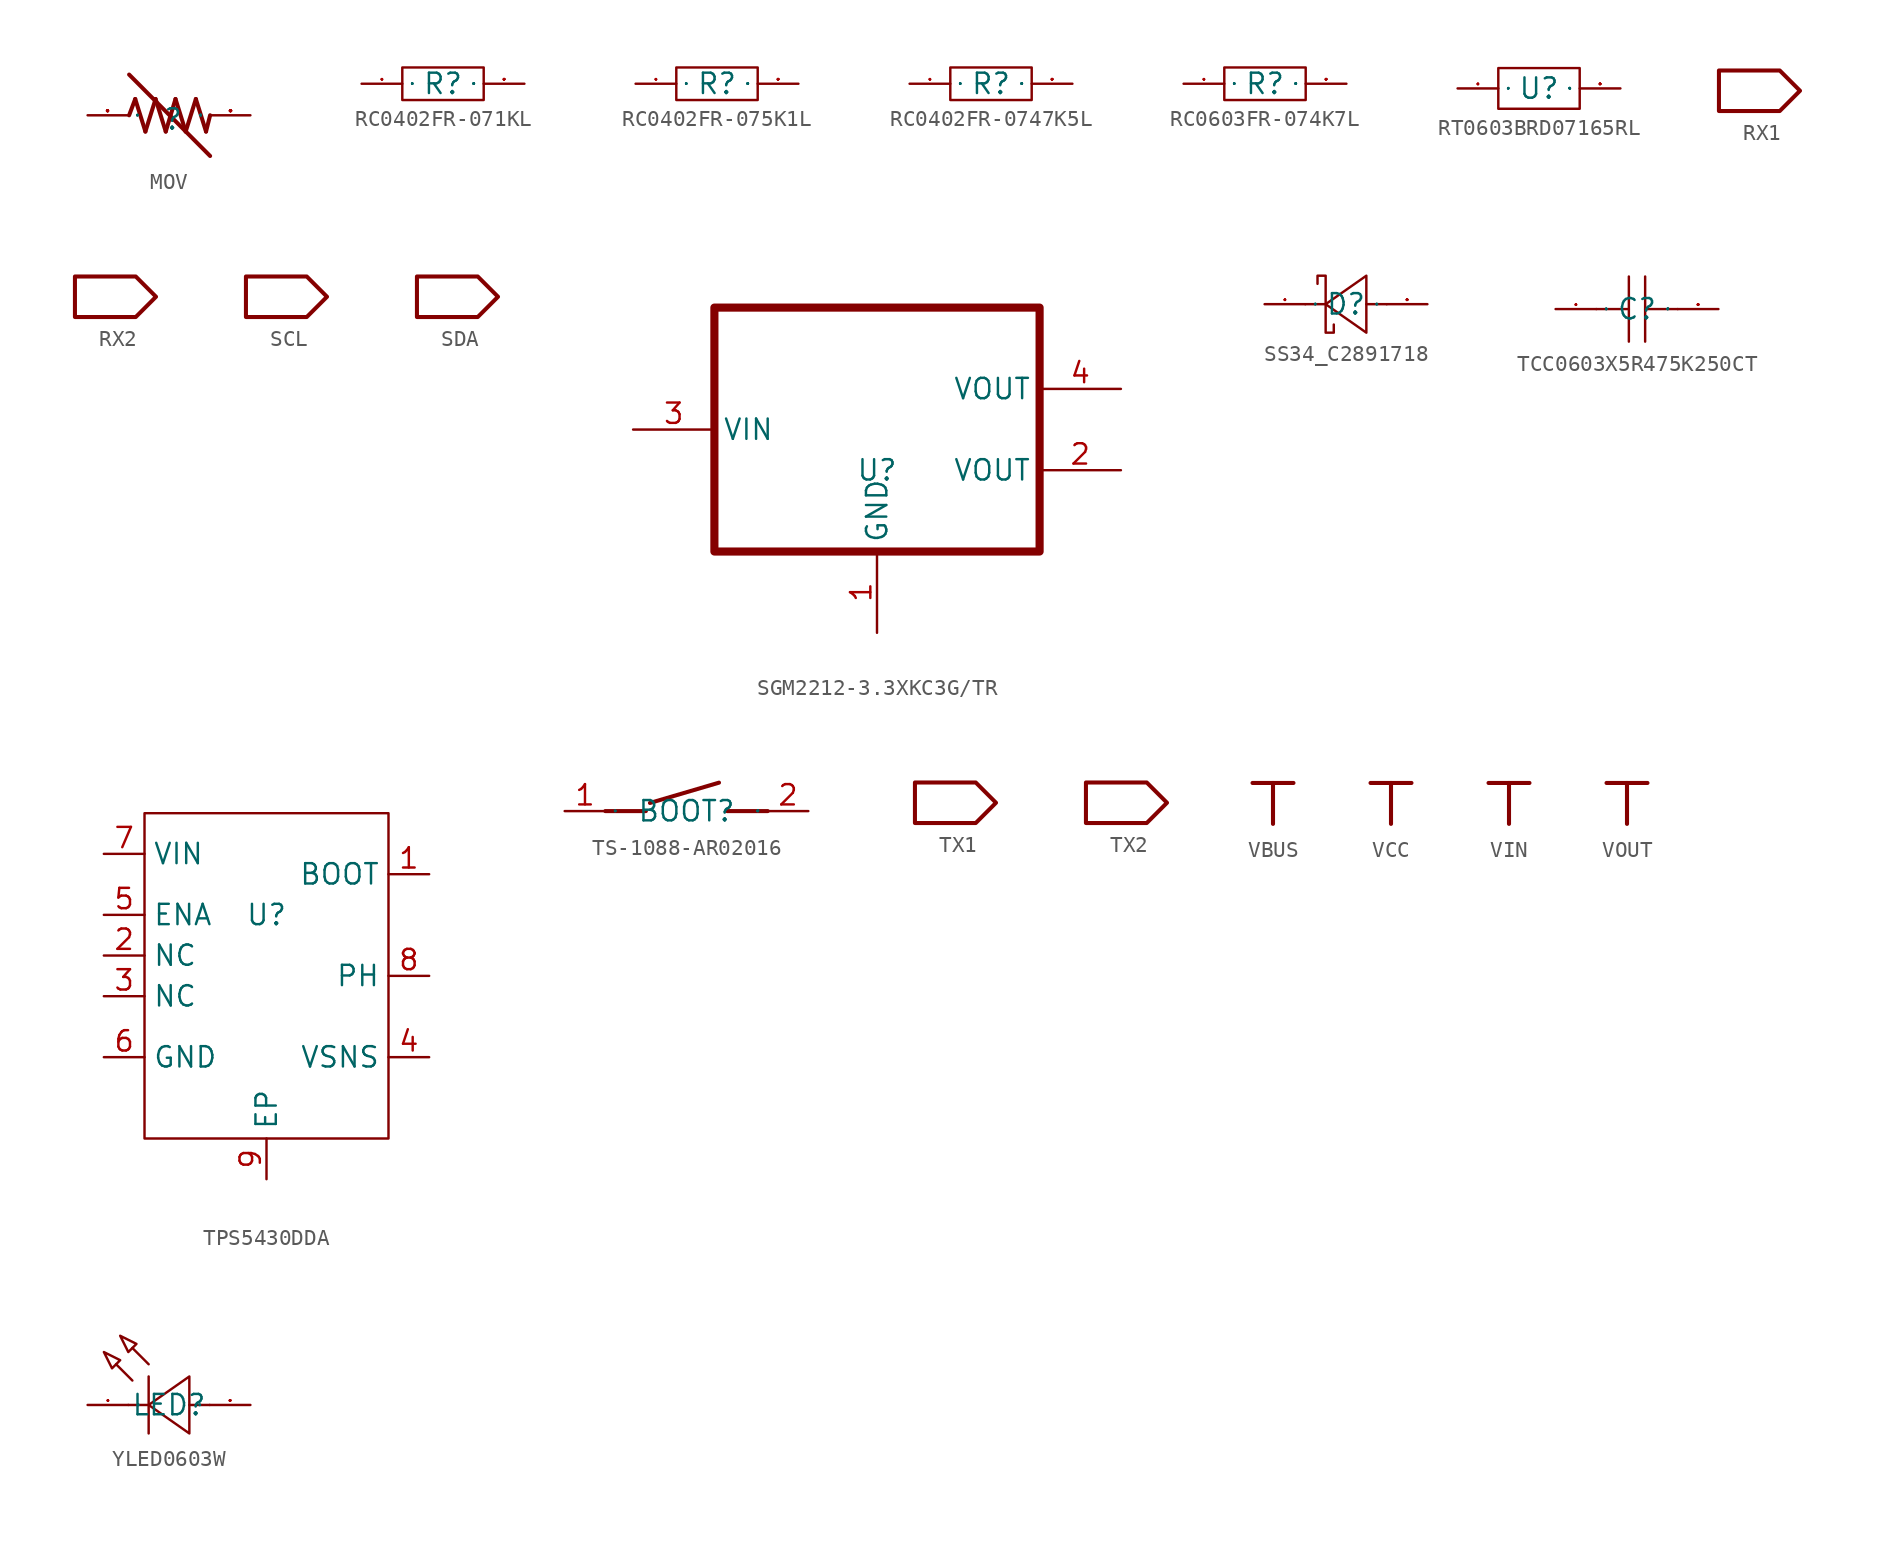
<source format=kicad_sym>
(kicad_symbol_lib
  (version 20241209)
  (generator "kicad_symbol_editor")
  (generator_version "9.0")
  (symbol "MOV"
    (property "Reference" ""
      (at 0 0 0)
      (effects (font (size 1.27 1.27))))
    (property "Value" ""
      (at 0 0 0)
      (effects (font (size 1.27 1.27))))
    (symbol "MOV_1_0"
      (polyline (pts (xy -2.743 2.794) (xy 2.311 -2.286)) (stroke (width 0.254) (type default)) (fill (type none)))
      (polyline (pts (xy -2.743 0.254) (xy -2.362 1.27)) (stroke (width 0.254) (type default)) (fill (type none)))
      (polyline (pts (xy -2.362 1.27) (xy -1.727 -0.762)) (stroke (width 0.254) (type default)) (fill (type none)))
      (polyline (pts (xy -1.727 -0.762) (xy -1.092 1.27)) (stroke (width 0.254) (type default)) (fill (type none)))
      (polyline (pts (xy -1.092 1.27) (xy -0.457 -0.762)) (stroke (width 0.254) (type default)) (fill (type none)))
      (polyline (pts (xy -0.457 -0.762) (xy 0.152 1.27)) (stroke (width 0.254) (type default)) (fill (type none)))
      (polyline (pts (xy 0.152 1.27) (xy 0.787 -0.762)) (stroke (width 0.254) (type default)) (fill (type none)))
      (polyline (pts (xy 0.787 -0.762) (xy 1.422 1.27)) (stroke (width 0.254) (type default)) (fill (type none)))
      (polyline (pts (xy 1.422 1.27) (xy 2.057 -0.762)) (stroke (width 0.254) (type default)) (fill (type none)))
      (polyline (pts (xy 2.057 -0.762) (xy 2.311 0.254)) (stroke (width 0.254) (type default)) (fill (type none)))
      (pin bidirectional line (at -5.334 0.254 0) (length 2.489) (name "1" (effects (font (size 0.025 0.025)))) (number "P$1" (effects (font (size 0.025 0.025)))))
      (pin bidirectional line (at 4.826 0.254 180) (length 2.489) (name "2" (effects (font (size 0.025 0.025)))) (number "P$2" (effects (font (size 0.025 0.025)))))))
  (symbol "RC0402FR-071KL"
    (property "Reference" "R"
      (at 0 0 0)
      (effects (font (size 1.27 1.27))))
    (symbol "RC0402FR-071KL_1_0"
      (rectangle (start -2.54 -1.016) (end 2.54 1.016) (stroke (width 0) (type default)) (fill (type none)))
      (pin input line (at -5.08 0 0) (length 2.54) (name "1" (effects (font (size 0.025 0.025)))) (number "1" (effects (font (size 0.025 0.025)))))
      (pin input line (at 5.08 0 180) (length 2.54) (name "2" (effects (font (size 0.025 0.025)))) (number "2" (effects (font (size 0.025 0.025)))))))
  (symbol "RC0402FR-075K1L"
    (property "Reference" "R"
      (at 0 0 0)
      (effects (font (size 1.27 1.27))))
    (symbol "RC0402FR-075K1L_1_0"
      (rectangle (start -2.54 -1.016) (end 2.54 1.016) (stroke (width 0) (type default)) (fill (type none)))
      (pin input line (at -5.08 0 0) (length 2.54) (name "1" (effects (font (size 0.025 0.025)))) (number "1" (effects (font (size 0.025 0.025)))))
      (pin input line (at 5.08 0 180) (length 2.54) (name "2" (effects (font (size 0.025 0.025)))) (number "2" (effects (font (size 0.025 0.025)))))))
  (symbol "RC0402FR-0747K5L"
    (property "Reference" "R"
      (at 0 0 0)
      (effects (font (size 1.27 1.27))))
    (symbol "RC0402FR-0747K5L_1_0"
      (rectangle (start -2.54 -1.016) (end 2.54 1.016) (stroke (width 0) (type default)) (fill (type none)))
      (pin input line (at -5.08 0 0) (length 2.54) (name "1" (effects (font (size 0.025 0.025)))) (number "1" (effects (font (size 0.025 0.025)))))
      (pin input line (at 5.08 0 180) (length 2.54) (name "2" (effects (font (size 0.025 0.025)))) (number "2" (effects (font (size 0.025 0.025)))))))
  (symbol "RC0603FR-074K7L"
    (property "Reference" "R"
      (at 0 0 0)
      (effects (font (size 1.27 1.27))))
    (symbol "RC0603FR-074K7L_1_0"
      (rectangle (start -2.54 -1.016) (end 2.54 1.016) (stroke (width 0) (type default)) (fill (type none)))
      (pin input line (at -5.08 0 0) (length 2.54) (name "1" (effects (font (size 0.025 0.025)))) (number "1" (effects (font (size 0.025 0.025)))))
      (pin input line (at 5.08 0 180) (length 2.54) (name "2" (effects (font (size 0.025 0.025)))) (number "2" (effects (font (size 0.025 0.025)))))))
  (symbol "RT0603BRD07165RL"
    (property "Reference" "U"
      (at 0 0 0)
      (effects (font (size 1.27 1.27))))
    (symbol "RT0603BRD07165RL_1_0"
      (rectangle (start -2.54 -1.27) (end 2.54 1.27) (stroke (width 0) (type default)) (fill (type none)))
      (pin unspecified line (at -5.08 0 0) (length 2.54) (name "1" (effects (font (size 0.025 0.025)))) (number "1" (effects (font (size 0.025 0.025)))))
      (pin unspecified line (at 5.08 0 180) (length 2.54) (name "2" (effects (font (size 0.025 0.025)))) (number "2" (effects (font (size 0.025 0.025)))))))
  (symbol "RX1"
    (power)
    (pin_numbers
      (hide yes))
    (pin_names
      (hide yes))
    (property "Reference" "#PWR"
      (at 0 0 0)
      (effects (font (size 1.27 1.27)) (hide yes)))
    (property "Value" ""
      (at 0 0 0)
      (effects (font (size 1.27 1.27))))
    (symbol "RX1_1_0"
      (polyline (pts (xy 0 0) (xy -1.27 -1.27) (xy -1.27 -1.27) (xy -5.08 -1.27) (xy -5.08 -1.27) (xy -5.08 1.27) (xy -5.08 1.27) (xy -1.27 1.27) (xy -1.27 1.27) (xy 0 0)) (stroke (width 0.254) (type default)) (fill (type none)))
      (pin input line (at 0 0 0) (length 0) (name "" (effects (font (size 0.025 0.025)))) (number "1" (effects (font (size 0 0)))))))
  (symbol "RX2"
    (power)
    (pin_numbers
      (hide yes))
    (pin_names
      (hide yes))
    (property "Reference" "#PWR"
      (at 0 0 0)
      (effects (font (size 1.27 1.27)) (hide yes)))
    (property "Value" ""
      (at 0 0 0)
      (effects (font (size 1.27 1.27))))
    (symbol "RX2_1_0"
      (polyline (pts (xy 0 0) (xy -1.27 -1.27) (xy -1.27 -1.27) (xy -5.08 -1.27) (xy -5.08 -1.27) (xy -5.08 1.27) (xy -5.08 1.27) (xy -1.27 1.27) (xy -1.27 1.27) (xy 0 0)) (stroke (width 0.254) (type default)) (fill (type none)))
      (pin input line (at 0 0 0) (length 0) (name "" (effects (font (size 0.025 0.025)))) (number "1" (effects (font (size 0 0)))))))
  (symbol "SCL"
    (power)
    (pin_numbers
      (hide yes))
    (pin_names
      (hide yes))
    (property "Reference" "#PWR"
      (at 0 0 0)
      (effects (font (size 1.27 1.27)) (hide yes)))
    (property "Value" ""
      (at 0 0 0)
      (effects (font (size 1.27 1.27))))
    (symbol "SCL_1_0"
      (polyline (pts (xy 0 0) (xy -1.27 -1.27) (xy -1.27 -1.27) (xy -5.08 -1.27) (xy -5.08 -1.27) (xy -5.08 1.27) (xy -5.08 1.27) (xy -1.27 1.27) (xy -1.27 1.27) (xy 0 0)) (stroke (width 0.254) (type default)) (fill (type none)))
      (pin input line (at 0 0 0) (length 0) (name "" (effects (font (size 0.025 0.025)))) (number "1" (effects (font (size 0 0)))))))
  (symbol "SDA"
    (power)
    (pin_numbers
      (hide yes))
    (pin_names
      (hide yes))
    (property "Reference" "#PWR"
      (at 0 0 0)
      (effects (font (size 1.27 1.27)) (hide yes)))
    (property "Value" ""
      (at 0 0 0)
      (effects (font (size 1.27 1.27))))
    (symbol "SDA_1_0"
      (polyline (pts (xy 0 0) (xy -1.27 -1.27) (xy -1.27 -1.27) (xy -5.08 -1.27) (xy -5.08 -1.27) (xy -5.08 1.27) (xy -5.08 1.27) (xy -1.27 1.27) (xy -1.27 1.27) (xy 0 0)) (stroke (width 0.254) (type default)) (fill (type none)))
      (pin input line (at 0 0 0) (length 0) (name "" (effects (font (size 0.025 0.025)))) (number "1" (effects (font (size 0 0)))))))
  (symbol "SGM2212-3.3XKC3G/TR"
    (property "Reference" "U"
      (at 0 0 0)
      (effects (font (size 1.27 1.27))))
    (property "Value" ""
      (at 0 0 0)
      (effects (font (size 1.27 1.27))))
    (symbol "SGM2212-3.3XKC3G/TR_1_0"
      (rectangle (start -10.16 10.16) (end 10.16 -5.08) (stroke (width 0.508) (type default)) (fill (type none)))
      (pin unspecified line (at -15.24 2.54 0) (length 5.08) (name "VIN" (effects (font (size 1.27 1.27)))) (number "3" (effects (font (size 1.27 1.27)))))
      (pin unspecified line (at 0 -10.16 90) (length 5.08) (name "GND" (effects (font (size 1.27 1.27)))) (number "1" (effects (font (size 1.27 1.27)))))
      (pin unspecified line (at 15.24 5.08 180) (length 5.08) (name "VOUT" (effects (font (size 1.27 1.27)))) (number "4" (effects (font (size 1.27 1.27)))))
      (pin unspecified line (at 15.24 0 180) (length 5.08) (name "VOUT" (effects (font (size 1.27 1.27)))) (number "2" (effects (font (size 1.27 1.27)))))))
  (symbol "SS34_C2891718"
    (property "Reference" "D"
      (at 0 0 0)
      (effects (font (size 1.27 1.27))))
    (property "Value" ""
      (at 0 0 0)
      (effects (font (size 1.27 1.27))))
    (symbol "SS34_C2891718_1_0"
      (polyline (pts (xy -1.778 1.27) (xy -1.778 1.778) (xy -1.778 1.778) (xy -1.27 1.778) (xy -1.27 1.778) (xy -1.27 -1.778) (xy -1.27 -1.778) (xy -0.762 -1.778) (xy -0.762 -1.778) (xy -0.762 -1.27)) (stroke (width 0) (type default)) (fill (type none)))
      (polyline (pts (xy -1.27 0) (xy -2.54 0)) (stroke (width 0) (type default)) (fill (type none)))
      (polyline (pts (xy 1.27 1.778) (xy -1.27 0) (xy -1.27 0) (xy 1.27 -1.778) (xy 1.27 -1.778) (xy 1.27 1.778)) (stroke (width 0) (type default)) (fill (type none)))
      (polyline (pts (xy 2.54 0) (xy 1.27 0)) (stroke (width 0) (type default)) (fill (type none)))
      (pin input line (at -5.08 0 0) (length 2.54) (name "K" (effects (font (size 0.025 0.025)))) (number "1" (effects (font (size 0.025 0.025)))))
      (pin input line (at 5.08 0 180) (length 2.54) (name "A" (effects (font (size 0.025 0.025)))) (number "2" (effects (font (size 0.025 0.025)))))))
  (symbol "TCC0603X5R475K250CT"
    (property "Reference" "C"
      (at 0 0 0)
      (effects (font (size 1.27 1.27))))
    (symbol "TCC0603X5R475K250CT_1_0"
      (polyline (pts (xy -0.508 0) (xy -2.54 0)) (stroke (width 0) (type default)) (fill (type none)))
      (polyline (pts (xy -0.508 -2.032) (xy -0.508 2.032)) (stroke (width 0) (type default)) (fill (type none)))
      (polyline (pts (xy 0.508 2.032) (xy 0.508 -2.032)) (stroke (width 0) (type default)) (fill (type none)))
      (polyline (pts (xy 2.54 0) (xy 0.508 0)) (stroke (width 0) (type default)) (fill (type none)))
      (pin unspecified line (at -5.08 0 0) (length 2.54) (name "1" (effects (font (size 0.025 0.025)))) (number "1" (effects (font (size 0.025 0.025)))))
      (pin unspecified line (at 5.08 0 180) (length 2.54) (name "2" (effects (font (size 0.025 0.025)))) (number "2" (effects (font (size 0.025 0.025)))))))
  (symbol "TPS5430DDA"
    (property "Reference" "U"
      (at 0 0 0)
      (effects (font (size 1.27 1.27))))
    (property "Value" ""
      (at 0 0 0)
      (effects (font (size 1.27 1.27))))
    (symbol "TPS5430DDA_1_0"
      (rectangle (start -7.62 -13.97) (end 7.62 6.35) (stroke (width 0) (type default)) (fill (type none)))
      (pin unspecified line (at -10.16 3.81 0) (length 2.54) (name "VIN" (effects (font (size 1.27 1.27)))) (number "7" (effects (font (size 1.27 1.27)))))
      (pin unspecified line (at -10.16 0 0) (length 2.54) (name "ENA" (effects (font (size 1.27 1.27)))) (number "5" (effects (font (size 1.27 1.27)))))
      (pin unspecified line (at -10.16 -2.54 0) (length 2.54) (name "NC" (effects (font (size 1.27 1.27)))) (number "2" (effects (font (size 1.27 1.27)))))
      (pin unspecified line (at -10.16 -5.08 0) (length 2.54) (name "NC" (effects (font (size 1.27 1.27)))) (number "3" (effects (font (size 1.27 1.27)))))
      (pin unspecified line (at -10.16 -8.89 0) (length 2.54) (name "GND" (effects (font (size 1.27 1.27)))) (number "6" (effects (font (size 1.27 1.27)))))
      (pin unspecified line (at 0 -16.51 90) (length 2.54) (name "EP" (effects (font (size 1.27 1.27)))) (number "9" (effects (font (size 1.27 1.27)))))
      (pin unspecified line (at 10.16 2.54 180) (length 2.54) (name "BOOT" (effects (font (size 1.27 1.27)))) (number "1" (effects (font (size 1.27 1.27)))))
      (pin unspecified line (at 10.16 -3.81 180) (length 2.54) (name "PH" (effects (font (size 1.27 1.27)))) (number "8" (effects (font (size 1.27 1.27)))))
      (pin unspecified line (at 10.16 -8.89 180) (length 2.54) (name "VSNS" (effects (font (size 1.27 1.27)))) (number "4" (effects (font (size 1.27 1.27)))))))
  (symbol "TS-1088-AR02016"
    (property "Reference" "BOOT"
      (at 0 0 0)
      (effects (font (size 1.27 1.27))))
    (property "Value" ""
      (at 0 0 0)
      (effects (font (size 1.27 1.27))))
    (symbol "TS-1088-AR02016_1_0"
      (polyline (pts (xy -5.08 0) (xy -2.54 0)) (stroke (width 0.254) (type default)) (fill (type none)))
      (polyline (pts (xy -2.286 0.508) (xy 2.032 1.778)) (stroke (width 0.254) (type default)) (fill (type none)))
      (polyline (pts (xy 5.08 0) (xy 2.54 0)) (stroke (width 0.254) (type default)) (fill (type none)))
      (pin unspecified line (at -7.62 0 0) (length 2.54) (name "1" (effects (font (size 0.025 0.025)))) (number "1" (effects (font (size 1.27 1.27)))))
      (pin unspecified line (at 7.62 0 180) (length 2.54) (name "2" (effects (font (size 0.025 0.025)))) (number "2" (effects (font (size 1.27 1.27)))))))
  (symbol "TX1"
    (power)
    (pin_numbers
      (hide yes))
    (pin_names
      (hide yes))
    (property "Reference" "#PWR"
      (at 0 0 0)
      (effects (font (size 1.27 1.27)) (hide yes)))
    (property "Value" ""
      (at 0 0 0)
      (effects (font (size 1.27 1.27))))
    (symbol "TX1_1_0"
      (polyline (pts (xy 0 0) (xy -1.27 -1.27) (xy -1.27 -1.27) (xy -5.08 -1.27) (xy -5.08 -1.27) (xy -5.08 1.27) (xy -5.08 1.27) (xy -1.27 1.27) (xy -1.27 1.27) (xy 0 0)) (stroke (width 0.254) (type default)) (fill (type none)))
      (pin input line (at 0 0 0) (length 0) (name "" (effects (font (size 0.025 0.025)))) (number "1" (effects (font (size 0 0)))))))
  (symbol "TX2"
    (power)
    (pin_numbers
      (hide yes))
    (pin_names
      (hide yes))
    (property "Reference" "#PWR"
      (at 0 0 0)
      (effects (font (size 1.27 1.27)) (hide yes)))
    (property "Value" ""
      (at 0 0 0)
      (effects (font (size 1.27 1.27))))
    (symbol "TX2_1_0"
      (polyline (pts (xy 0 0) (xy -1.27 -1.27) (xy -1.27 -1.27) (xy -5.08 -1.27) (xy -5.08 -1.27) (xy -5.08 1.27) (xy -5.08 1.27) (xy -1.27 1.27) (xy -1.27 1.27) (xy 0 0)) (stroke (width 0.254) (type default)) (fill (type none)))
      (pin input line (at 0 0 0) (length 0) (name "" (effects (font (size 0.025 0.025)))) (number "1" (effects (font (size 0 0)))))))
  (symbol "VBUS"
    (power)
    (pin_numbers
      (hide yes))
    (pin_names
      (hide yes))
    (property "Reference" "#PWR"
      (at 0 0 0)
      (effects (font (size 1.27 1.27)) (hide yes)))
    (symbol "VBUS_1_0"
      (polyline (pts (xy -1.27 2.54) (xy 1.27 2.54)) (stroke (width 0.254) (type default)) (fill (type none)))
      (polyline (pts (xy 0 2.54) (xy 0 0)) (stroke (width 0.254) (type default)) (fill (type none)))
      (pin power_in line (at 0 0 0) (length 0) (name "" (effects (font (size 1.27 1.27)))) (number "1" (effects (font (size 0 0)))))))
  (symbol "VCC"
    (power)
    (pin_numbers
      (hide yes))
    (pin_names
      (hide yes))
    (property "Reference" "#PWR"
      (at 0 0 0)
      (effects (font (size 1.27 1.27)) (hide yes)))
    (symbol "VCC_1_0"
      (polyline (pts (xy -1.27 2.54) (xy 1.27 2.54)) (stroke (width 0.254) (type default)) (fill (type none)))
      (polyline (pts (xy 0 2.54) (xy 0 0)) (stroke (width 0.254) (type default)) (fill (type none)))
      (pin power_in line (at 0 0 0) (length 0) (name "" (effects (font (size 1.27 1.27)))) (number "1" (effects (font (size 0 0)))))))
  (symbol "VIN"
    (power)
    (pin_numbers
      (hide yes))
    (pin_names
      (hide yes))
    (property "Reference" "#PWR"
      (at 0 0 0)
      (effects (font (size 1.27 1.27)) (hide yes)))
    (symbol "VIN_1_0"
      (polyline (pts (xy -1.27 2.54) (xy 1.27 2.54)) (stroke (width 0.254) (type default)) (fill (type none)))
      (polyline (pts (xy 0 2.54) (xy 0 0)) (stroke (width 0.254) (type default)) (fill (type none)))
      (pin power_in line (at 0 0 0) (length 0) (name "" (effects (font (size 1.27 1.27)))) (number "1" (effects (font (size 0 0)))))))
  (symbol "VOUT"
    (power)
    (pin_numbers
      (hide yes))
    (pin_names
      (hide yes))
    (property "Reference" "#PWR"
      (at 0 0 0)
      (effects (font (size 1.27 1.27)) (hide yes)))
    (symbol "VOUT_1_0"
      (polyline (pts (xy -1.27 2.54) (xy 1.27 2.54)) (stroke (width 0.254) (type default)) (fill (type none)))
      (polyline (pts (xy 0 2.54) (xy 0 0)) (stroke (width 0.254) (type default)) (fill (type none)))
      (pin power_in line (at 0 0 0) (length 0) (name "" (effects (font (size 1.27 1.27)))) (number "1" (effects (font (size 0 0)))))))
  (symbol "YLED0603W"
    (property "Reference" "LED"
      (at 0 0 0)
      (effects (font (size 1.27 1.27))))
    (property "Value" ""
      (at 0 0 0)
      (effects (font (size 1.27 1.27))))
    (symbol "YLED0603W_1_0"
      (polyline (pts (xy -4.064 3.302) (xy -3.048 2.794) (xy -3.048 2.794) (xy -3.556 2.286) (xy -3.556 2.286) (xy -4.064 3.302)) (stroke (width 0) (type default)) (fill (type none)))
      (polyline (pts (xy -3.048 4.318) (xy -2.032 3.81) (xy -2.032 3.81) (xy -2.54 3.302) (xy -2.54 3.302) (xy -3.048 4.318)) (stroke (width 0) (type default)) (fill (type none)))
      (polyline (pts (xy -2.286 1.524) (xy -3.302 2.54)) (stroke (width 0) (type default)) (fill (type none)))
      (polyline (pts (xy -1.27 2.54) (xy -2.286 3.556)) (stroke (width 0) (type default)) (fill (type none)))
      (polyline (pts (xy -1.27 1.778) (xy -1.27 -1.778)) (stroke (width 0) (type default)) (fill (type none)))
      (polyline (pts (xy -1.27 0) (xy -2.54 0)) (stroke (width 0) (type default)) (fill (type none)))
      (polyline (pts (xy 1.27 1.778) (xy -1.27 0) (xy -1.27 0) (xy 1.27 -1.778) (xy 1.27 -1.778) (xy 1.27 1.778)) (stroke (width 0) (type default)) (fill (type none)))
      (polyline (pts (xy 2.54 0) (xy 1.27 0)) (stroke (width 0) (type default)) (fill (type none)))
      (pin unspecified line (at -5.08 0 0) (length 2.54) (name "K" (effects (font (size 0.025 0.025)))) (number "1" (effects (font (size 0.025 0.025)))))
      (pin unspecified line (at 5.08 0 180) (length 2.54) (name "A" (effects (font (size 0.025 0.025)))) (number "2" (effects (font (size 0.025 0.025))))))))
</source>
